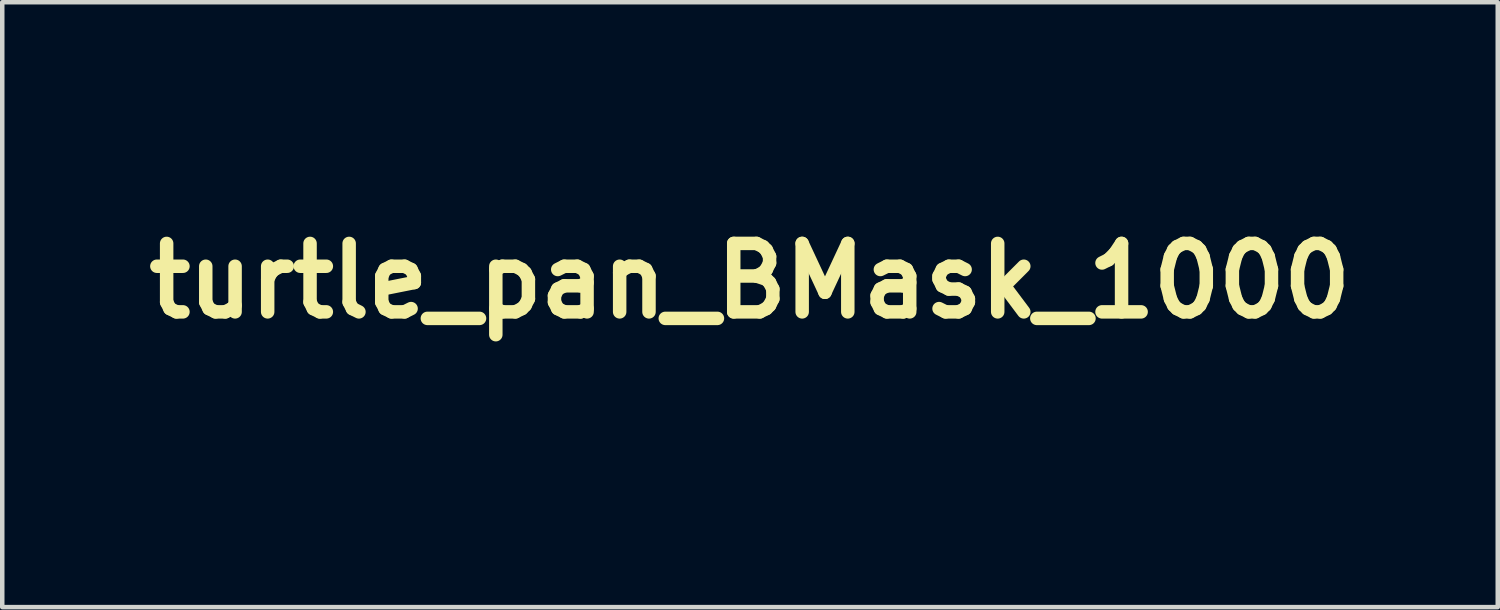
<source format=kicad_pcb>
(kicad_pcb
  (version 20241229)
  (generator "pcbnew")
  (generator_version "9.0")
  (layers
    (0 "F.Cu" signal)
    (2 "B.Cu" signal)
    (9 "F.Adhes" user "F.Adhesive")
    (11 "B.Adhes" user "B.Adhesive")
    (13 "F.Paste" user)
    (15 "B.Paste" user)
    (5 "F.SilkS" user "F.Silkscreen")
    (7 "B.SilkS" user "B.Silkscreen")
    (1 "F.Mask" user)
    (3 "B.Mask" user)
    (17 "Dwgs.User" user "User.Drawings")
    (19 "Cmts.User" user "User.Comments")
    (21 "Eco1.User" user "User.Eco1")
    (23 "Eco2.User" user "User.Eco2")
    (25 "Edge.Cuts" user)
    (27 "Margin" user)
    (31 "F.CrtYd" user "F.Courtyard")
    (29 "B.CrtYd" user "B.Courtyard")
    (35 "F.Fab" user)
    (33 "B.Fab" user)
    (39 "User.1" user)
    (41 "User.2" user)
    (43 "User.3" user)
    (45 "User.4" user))
  (footprint "turtle_pan_BMask_1000"
    (layer "F.Cu")
    (at 13.651 3.205)
    (property "Reference" "turtle_pan_BMask_1000" (at 0 0 0) (layer "F.SilkS") (effects (font (size 1.524 1.524) (thickness 0.3))))
    (attr through_hole)
    (fp_poly (pts (xy -1.853 1.281) (xy -1.797 1.32) (xy -1.771 1.394) (xy -1.767 1.474) (xy -1.775 1.56) (xy -1.802 1.619) (xy -1.841 1.661) (xy -1.934 1.715) (xy -2.038 1.726) (xy -2.14 1.694) (xy -2.168 1.675) (xy -2.222 1.61) (xy -2.23 1.536) (xy -2.193 1.447) (xy -2.145 1.381) (xy -2.087 1.316) (xy -2.041 1.283) (xy -1.986 1.271) (xy -1.945 1.27) (xy -1.853 1.281)) (stroke (width 0.01) (type solid)) (fill yes) (layer "F.Mask"))
    (fp_poly (pts (xy -2.857 1.191) (xy -2.789 1.254) (xy -2.75 1.347) (xy -2.743 1.411) (xy -2.763 1.514) (xy -2.822 1.585) (xy -2.916 1.62) (xy -2.972 1.624) (xy -3.052 1.617) (xy -3.105 1.591) (xy -3.143 1.55) (xy -3.191 1.472) (xy -3.195 1.41) (xy -3.166 1.366) (xy -3.131 1.314) (xy -3.111 1.269) (xy -3.083 1.208) (xy -3.035 1.178) (xy -2.955 1.169) (xy -2.945 1.169) (xy -2.857 1.191)) (stroke (width 0.01) (type solid)) (fill yes) (layer "F.Mask"))
    (fp_poly (pts (xy 2.572 -0.125) (xy 2.64 -0.113) (xy 2.676 -0.088) (xy 2.677 -0.087) (xy 2.697 0.013) (xy 2.673 0.09) (xy 2.609 0.138) (xy 2.523 0.153) (xy 2.45 0.167) (xy 2.402 0.191) (xy 2.339 0.22) (xy 2.282 0.229) (xy 2.216 0.24) (xy 2.123 0.27) (xy 2.022 0.312) (xy 1.93 0.359) (xy 1.877 0.387) (xy 1.833 0.407) (xy 1.784 0.434) (xy 1.709 0.481) (xy 1.624 0.539) (xy 1.614 0.546) (xy 1.5 0.617) (xy 1.401 0.656) (xy 1.325 0.662) (xy 1.287 0.643) (xy 1.266 0.592) (xy 1.289 0.524) (xy 1.358 0.437) (xy 1.429 0.369) (xy 1.51 0.299) (xy 1.582 0.239) (xy 1.634 0.201) (xy 1.642 0.196) (xy 1.764 0.129) (xy 1.868 0.076) (xy 1.947 0.04) (xy 1.991 0.025) (xy 1.993 0.025) (xy 2.036 0.008) (xy 2.057 -0.013) (xy 2.103 -0.039) (xy 2.172 -0.051) (xy 2.181 -0.052) (xy 2.263 -0.063) (xy 2.335 -0.088) (xy 2.337 -0.089) (xy 2.404 -0.113) (xy 2.488 -0.125) (xy 2.572 -0.125)) (stroke (width 0.01) (type solid)) (fill yes) (layer "F.Mask"))
    (fp_poly (pts (xy 3.447 0.929) (xy 3.513 0.968) (xy 3.56 1.031) (xy 3.57 1.061) (xy 3.594 1.137) (xy 3.621 1.198) (xy 3.643 1.265) (xy 3.656 1.353) (xy 3.658 1.388) (xy 3.666 1.479) (xy 3.686 1.56) (xy 3.695 1.583) (xy 3.718 1.647) (xy 3.738 1.739) (xy 3.749 1.818) (xy 3.76 1.901) (xy 3.77 1.96) (xy 3.777 1.981) (xy 3.826 1.961) (xy 3.897 1.9) (xy 3.991 1.797) (xy 4.039 1.74) (xy 4.142 1.625) (xy 4.229 1.552) (xy 4.296 1.524) (xy 4.343 1.54) (xy 4.369 1.6) (xy 4.374 1.66) (xy 4.353 1.761) (xy 4.295 1.873) (xy 4.209 1.988) (xy 4.104 2.094) (xy 3.988 2.18) (xy 3.932 2.212) (xy 3.85 2.252) (xy 3.775 2.29) (xy 3.755 2.301) (xy 3.665 2.333) (xy 3.593 2.321) (xy 3.532 2.262) (xy 3.532 2.262) (xy 3.504 2.212) (xy 3.485 2.145) (xy 3.472 2.05) (xy 3.463 1.938) (xy 3.454 1.826) (xy 3.441 1.728) (xy 3.427 1.659) (xy 3.42 1.638) (xy 3.404 1.588) (xy 3.388 1.505) (xy 3.376 1.41) (xy 3.363 1.307) (xy 3.345 1.213) (xy 3.327 1.154) (xy 3.307 1.067) (xy 3.319 0.99) (xy 3.358 0.937) (xy 3.38 0.927) (xy 3.447 0.929)) (stroke (width 0.01) (type solid)) (fill yes) (layer "F.Mask"))
    (fp_poly (pts (xy -0.162 -0.583) (xy -0.082 -0.572) (xy -0.03 -0.551) (xy -0.025 -0.546) (xy 0.015 -0.514) (xy 0.035 -0.507) (xy 0.084 -0.493) (xy 0.164 -0.456) (xy 0.263 -0.403) (xy 0.372 -0.338) (xy 0.444 -0.292) (xy 0.567 -0.2) (xy 0.701 -0.083) (xy 0.836 0.049) (xy 0.962 0.184) (xy 1.069 0.314) (xy 1.147 0.427) (xy 1.16 0.451) (xy 1.195 0.54) (xy 1.215 0.642) (xy 1.22 0.74) (xy 1.209 0.82) (xy 1.189 0.859) (xy 1.128 0.888) (xy 1.057 0.873) (xy 0.986 0.817) (xy 0.98 0.811) (xy 0.937 0.747) (xy 0.915 0.687) (xy 0.913 0.678) (xy 0.897 0.62) (xy 0.858 0.558) (xy 0.856 0.556) (xy 0.813 0.505) (xy 0.749 0.43) (xy 0.678 0.346) (xy 0.665 0.331) (xy 0.577 0.234) (xy 0.477 0.135) (xy 0.386 0.055) (xy 0.314 -0.004) (xy 0.258 -0.05) (xy 0.23 -0.075) (xy 0.229 -0.076) (xy 0.201 -0.096) (xy 0.143 -0.132) (xy 0.089 -0.164) (xy 0.018 -0.207) (xy -0.034 -0.241) (xy -0.051 -0.256) (xy -0.083 -0.276) (xy -0.136 -0.293) (xy -0.225 -0.324) (xy -0.312 -0.368) (xy -0.383 -0.415) (xy -0.424 -0.459) (xy -0.428 -0.47) (xy -0.417 -0.522) (xy -0.392 -0.551) (xy -0.335 -0.573) (xy -0.252 -0.583) (xy -0.162 -0.583)) (stroke (width 0.01) (type solid)) (fill yes) (layer "F.Mask"))
    (fp_poly (pts (xy 0.464 -3.198) (xy 0.585 -3.188) (xy 0.683 -3.171) (xy 0.711 -3.162) (xy 0.799 -3.141) (xy 0.907 -3.127) (xy 0.975 -3.124) (xy 1.074 -3.118) (xy 1.152 -3.103) (xy 1.182 -3.09) (xy 1.24 -3.062) (xy 1.318 -3.04) (xy 1.332 -3.037) (xy 1.411 -3.016) (xy 1.476 -2.987) (xy 1.484 -2.982) (xy 1.542 -2.954) (xy 1.579 -2.946) (xy 1.625 -2.934) (xy 1.693 -2.904) (xy 1.763 -2.866) (xy 1.816 -2.831) (xy 1.829 -2.818) (xy 1.858 -2.795) (xy 1.907 -2.766) (xy 2.002 -2.71) (xy 2.106 -2.641) (xy 2.204 -2.569) (xy 2.282 -2.506) (xy 2.309 -2.479) (xy 2.341 -2.448) (xy 2.375 -2.429) (xy 2.424 -2.418) (xy 2.499 -2.414) (xy 2.612 -2.413) (xy 2.616 -2.413) (xy 2.75 -2.41) (xy 2.842 -2.4) (xy 2.898 -2.383) (xy 2.91 -2.376) (xy 2.974 -2.346) (xy 3.027 -2.338) (xy 3.084 -2.328) (xy 3.112 -2.311) (xy 3.144 -2.283) (xy 3.201 -2.25) (xy 3.208 -2.247) (xy 3.287 -2.208) (xy 3.373 -2.164) (xy 3.383 -2.158) (xy 3.449 -2.114) (xy 3.535 -2.043) (xy 3.635 -1.953) (xy 3.737 -1.853) (xy 3.834 -1.752) (xy 3.916 -1.659) (xy 3.976 -1.584) (xy 3.999 -1.543) (xy 4.03 -1.481) (xy 4.056 -1.441) (xy 4.061 -1.437) (xy 4.08 -1.405) (xy 4.098 -1.344) (xy 4.1 -1.335) (xy 4.123 -1.25) (xy 4.154 -1.176) (xy 4.176 -1.099) (xy 4.189 -0.977) (xy 4.191 -0.886) (xy 4.191 -0.667) (xy 4.312 -0.57) (xy 4.388 -0.506) (xy 4.456 -0.442) (xy 4.489 -0.408) (xy 4.539 -0.351) (xy 4.581 -0.305) (xy 4.619 -0.247) (xy 4.633 -0.216) (xy 4.659 -0.166) (xy 4.706 -0.101) (xy 4.725 -0.079) (xy 4.771 -0.017) (xy 4.798 0.037) (xy 4.801 0.051) (xy 4.819 0.105) (xy 4.835 0.124) (xy 4.858 0.164) (xy 4.877 0.236) (xy 4.886 0.289) (xy 4.904 0.389) (xy 4.93 0.488) (xy 4.943 0.523) (xy 4.971 0.628) (xy 4.969 0.752) (xy 4.968 0.755) (xy 4.961 0.833) (xy 4.965 0.873) (xy 4.983 0.888) (xy 5.001 0.889) (xy 5.047 0.875) (xy 5.061 0.857) (xy 5.087 0.841) (xy 5.154 0.829) (xy 5.267 0.82) (xy 5.353 0.817) (xy 5.499 0.815) (xy 5.613 0.824) (xy 5.711 0.848) (xy 5.81 0.891) (xy 5.926 0.959) (xy 5.984 0.995) (xy 6.065 1.058) (xy 6.147 1.138) (xy 6.22 1.223) (xy 6.273 1.302) (xy 6.298 1.364) (xy 6.299 1.374) (xy 6.317 1.425) (xy 6.337 1.448) (xy 6.369 1.498) (xy 6.376 1.533) (xy 6.388 1.593) (xy 6.418 1.662) (xy 6.419 1.664) (xy 6.445 1.736) (xy 6.46 1.837) (xy 6.466 1.951) (xy 6.462 2.063) (xy 6.449 2.159) (xy 6.425 2.222) (xy 6.42 2.228) (xy 6.385 2.292) (xy 6.375 2.342) (xy 6.361 2.404) (xy 6.337 2.438) (xy 6.305 2.482) (xy 6.299 2.505) (xy 6.281 2.547) (xy 6.248 2.584) (xy 6.21 2.624) (xy 6.198 2.648) (xy 6.178 2.689) (xy 6.127 2.748) (xy 6.055 2.818) (xy 5.972 2.889) (xy 5.889 2.953) (xy 5.816 3) (xy 5.764 3.022) (xy 5.758 3.023) (xy 5.717 3.034) (xy 5.654 3.062) (xy 5.632 3.073) (xy 5.588 3.094) (xy 5.538 3.108) (xy 5.472 3.117) (xy 5.38 3.122) (xy 5.253 3.123) (xy 5.175 3.123) (xy 5.024 3.122) (xy 4.914 3.118) (xy 4.833 3.11) (xy 4.773 3.097) (xy 4.723 3.079) (xy 4.712 3.073) (xy 4.645 3.043) (xy 4.596 3.025) (xy 4.586 3.023) (xy 4.534 3.008) (xy 4.459 2.972) (xy 4.38 2.925) (xy 4.313 2.877) (xy 4.292 2.857) (xy 4.219 2.804) (xy 4.145 2.802) (xy 4.07 2.851) (xy 4.063 2.859) (xy 4.004 2.911) (xy 3.916 2.978) (xy 3.814 3.05) (xy 3.712 3.116) (xy 3.625 3.167) (xy 3.581 3.188) (xy 3.535 3.209) (xy 3.468 3.243) (xy 3.449 3.252) (xy 3.378 3.284) (xy 3.317 3.301) (xy 3.306 3.302) (xy 3.249 3.321) (xy 3.226 3.34) (xy 3.177 3.37) (xy 3.127 3.379) (xy 3.062 3.391) (xy 2.982 3.419) (xy 2.959 3.429) (xy 2.868 3.461) (xy 2.774 3.479) (xy 2.756 3.48) (xy 2.677 3.49) (xy 2.613 3.513) (xy 2.605 3.519) (xy 2.545 3.542) (xy 2.441 3.554) (xy 2.358 3.556) (xy 2.234 3.562) (xy 2.118 3.578) (xy 2.043 3.596) (xy 1.951 3.618) (xy 1.831 3.629) (xy 1.673 3.63) (xy 1.662 3.629) (xy 1.398 3.623) (xy 1.31 3.739) (xy 1.241 3.821) (xy 1.159 3.905) (xy 1.074 3.982) (xy 0.997 4.044) (xy 0.937 4.082) (xy 0.912 4.089) (xy 0.86 4.108) (xy 0.841 4.124) (xy 0.8 4.148) (xy 0.729 4.169) (xy 0.694 4.175) (xy 0.616 4.191) (xy 0.555 4.212) (xy 0.54 4.221) (xy 0.497 4.237) (xy 0.418 4.248) (xy 0.316 4.256) (xy 0.208 4.259) (xy 0.107 4.257) (xy 0.029 4.249) (xy 0.013 4.245) (xy -0.063 4.22) (xy -0.119 4.195) (xy -0.184 4.174) (xy -0.262 4.166) (xy -0.262 4.166) (xy -0.331 4.155) (xy -0.379 4.13) (xy -0.381 4.128) (xy -0.428 4.095) (xy -0.455 4.089) (xy -0.51 4.07) (xy -0.584 4.02) (xy -0.669 3.948) (xy -0.754 3.864) (xy -0.829 3.777) (xy -0.886 3.699) (xy -0.913 3.638) (xy -0.914 3.627) (xy -0.924 3.586) (xy -0.949 3.518) (xy -0.97 3.467) (xy -1.005 3.393) (xy -1.035 3.355) (xy -1.076 3.34) (xy -1.129 3.337) (xy -1.218 3.33) (xy -1.3 3.318) (xy -1.308 3.317) (xy -1.377 3.301) (xy -0.671 3.301) (xy -0.657 3.384) (xy -0.647 3.422) (xy -0.588 3.574) (xy -0.5 3.699) (xy -0.39 3.785) (xy -0.382 3.79) (xy -0.319 3.825) (xy -0.274 3.856) (xy -0.271 3.859) (xy -0.229 3.878) (xy -0.162 3.887) (xy -0.154 3.887) (xy -0.072 3.898) (xy -0.001 3.924) (xy 0 3.924) (xy 0.075 3.948) (xy 0.179 3.959) (xy 0.295 3.958) (xy 0.403 3.943) (xy 0.466 3.924) (xy 0.544 3.899) (xy 0.615 3.886) (xy 0.623 3.886) (xy 0.682 3.869) (xy 0.762 3.824) (xy 0.851 3.759) (xy 0.939 3.684) (xy 1.016 3.607) (xy 1.07 3.538) (xy 1.092 3.486) (xy 1.092 3.484) (xy 1.102 3.448) (xy 1.127 3.385) (xy 1.142 3.349) (xy 1.186 3.197) (xy 1.181 3.046) (xy 1.143 2.934) (xy 1.112 2.858) (xy 1.094 2.791) (xy 1.093 2.776) (xy 1.075 2.735) (xy 1.03 2.672) (xy 0.966 2.598) (xy 0.896 2.525) (xy 0.828 2.463) (xy 0.774 2.422) (xy 0.749 2.413) (xy 0.708 2.395) (xy 0.686 2.375) (xy 0.643 2.354) (xy 0.564 2.341) (xy 0.465 2.336) (xy 0.361 2.339) (xy 0.265 2.35) (xy 0.193 2.368) (xy 0.178 2.375) (xy 0.111 2.403) (xy 0.061 2.412) (xy 0.004 2.431) (xy -0.038 2.464) (xy -0.08 2.502) (xy -0.108 2.515) (xy -0.146 2.532) (xy -0.209 2.577) (xy -0.288 2.643) (xy -0.373 2.72) (xy -0.454 2.799) (xy -0.523 2.872) (xy -0.567 2.93) (xy -0.6 2.996) (xy -0.634 3.087) (xy -0.649 3.139) (xy -0.669 3.228) (xy -0.671 3.301) (xy -1.377 3.301) (xy -1.384 3.3) (xy -1.441 3.287) (xy -1.494 3.257) (xy -1.532 3.209) (xy -1.563 3.167) (xy -1.585 3.171) (xy -1.622 3.193) (xy -1.672 3.2) (xy -1.739 3.212) (xy -1.818 3.242) (xy -1.835 3.251) (xy -1.876 3.27) (xy -1.921 3.284) (xy -1.98 3.293) (xy -2.062 3.298) (xy -2.175 3.301) (xy -2.329 3.301) (xy -2.356 3.301) (xy -2.518 3.3) (xy -2.639 3.297) (xy -2.728 3.291) (xy -2.792 3.282) (xy -2.842 3.268) (xy -2.883 3.251) (xy -2.955 3.221) (xy -3.013 3.203) (xy -3.026 3.201) (xy -3.076 3.182) (xy -3.099 3.162) (xy -3.14 3.13) (xy -3.162 3.124) (xy -3.198 3.11) (xy -3.258 3.072) (xy -3.31 3.035) (xy -3.377 2.987) (xy -3.429 2.955) (xy -3.45 2.946) (xy -3.482 2.929) (xy -3.537 2.882) (xy -3.606 2.816) (xy -3.677 2.742) (xy -3.743 2.668) (xy -3.792 2.606) (xy -3.815 2.569) (xy -3.842 2.502) (xy -3.871 2.571) (xy -3.907 2.633) (xy -3.956 2.697) (xy -4.006 2.747) (xy -4.044 2.769) (xy -4.045 2.769) (xy -4.08 2.783) (xy -4.131 2.818) (xy -4.133 2.819) (xy -4.192 2.855) (xy -4.242 2.87) (xy -4.296 2.889) (xy -4.315 2.905) (xy -4.364 2.932) (xy -4.452 2.953) (xy -4.569 2.967) (xy -4.704 2.974) (xy -4.845 2.974) (xy -4.982 2.967) (xy -5.104 2.954) (xy -5.2 2.933) (xy -5.259 2.906) (xy -5.259 2.905) (xy -5.313 2.875) (xy -5.378 2.855) (xy -5.438 2.834) (xy -5.471 2.804) (xy -5.471 2.804) (xy -5.505 2.774) (xy -5.532 2.769) (xy -5.576 2.751) (xy -5.643 2.705) (xy -5.721 2.639) (xy -5.801 2.564) (xy -5.871 2.489) (xy -5.922 2.424) (xy -5.932 2.406) (xy -5.986 2.262) (xy -6.019 2.091) (xy -6.025 1.941) (xy -5.726 1.941) (xy -5.725 2.061) (xy -5.72 2.144) (xy -5.709 2.202) (xy -5.689 2.248) (xy -5.664 2.289) (xy -5.601 2.36) (xy -5.511 2.439) (xy -5.411 2.511) (xy -5.318 2.564) (xy -5.281 2.579) (xy -5.219 2.608) (xy -5.187 2.632) (xy -5.146 2.648) (xy -5.066 2.66) (xy -4.96 2.667) (xy -4.839 2.67) (xy -4.715 2.669) (xy -4.599 2.663) (xy -4.503 2.653) (xy -4.438 2.64) (xy -4.42 2.629) (xy -4.378 2.597) (xy -4.357 2.591) (xy -4.321 2.576) (xy -4.26 2.539) (xy -4.207 2.5) (xy -4.125 2.447) (xy -4.042 2.408) (xy -4 2.395) (xy -3.938 2.381) (xy -3.916 2.358) (xy -3.928 2.312) (xy -3.95 2.27) (xy -3.97 2.2) (xy -3.983 2.097) (xy -3.988 1.976) (xy -3.987 1.944) (xy -3.708 1.944) (xy -3.702 2.109) (xy -3.678 2.241) (xy -3.631 2.357) (xy -3.555 2.476) (xy -3.515 2.528) (xy -3.431 2.616) (xy -3.316 2.709) (xy -3.182 2.8) (xy -3.039 2.884) (xy -2.9 2.954) (xy -2.774 3.003) (xy -2.673 3.025) (xy -2.663 3.026) (xy -2.573 3.032) (xy -2.491 3.045) (xy -2.477 3.049) (xy -2.405 3.06) (xy -2.349 3.057) (xy -2.3 3.05) (xy -2.217 3.041) (xy -2.117 3.032) (xy -2.108 3.031) (xy -1.997 3.016) (xy -1.901 2.995) (xy -1.329 2.995) (xy -1.268 3.046) (xy -1.191 3.086) (xy -1.101 3.1) (xy -1.017 3.087) (xy -0.957 3.047) (xy -0.954 3.042) (xy -0.923 2.979) (xy -0.914 2.931) (xy -0.899 2.873) (xy -0.879 2.847) (xy -0.844 2.799) (xy -0.828 2.758) (xy -0.805 2.719) (xy -0.755 2.659) (xy -0.689 2.588) (xy -0.615 2.515) (xy -0.545 2.451) (xy -0.488 2.405) (xy -0.454 2.388) (xy -0.432 2.375) (xy -0.442 2.349) (xy -0.479 2.325) (xy -0.48 2.325) (xy -0.522 2.299) (xy -0.584 2.248) (xy -0.651 2.183) (xy -0.717 2.12) (xy -0.772 2.075) (xy -0.806 2.057) (xy -0.806 2.057) (xy -0.836 2.041) (xy -0.838 2.03) (xy -0.854 2.015) (xy -0.864 2.019) (xy -0.876 2.051) (xy -0.885 2.119) (xy -0.889 2.208) (xy -0.889 2.209) (xy -0.893 2.312) (xy -0.908 2.393) (xy -0.94 2.478) (xy -0.979 2.557) (xy -1.026 2.644) (xy -1.068 2.714) (xy -1.097 2.754) (xy -1.099 2.757) (xy -1.133 2.79) (xy -1.188 2.845) (xy -1.23 2.889) (xy -1.329 2.995) (xy -1.901 2.995) (xy -1.894 2.994) (xy -1.823 2.968) (xy -1.754 2.938) (xy -1.699 2.922) (xy -1.689 2.921) (xy -1.654 2.903) (xy -1.595 2.857) (xy -1.521 2.791) (xy -1.443 2.715) (xy -1.37 2.638) (xy -1.311 2.571) (xy -1.276 2.521) (xy -1.27 2.505) (xy -1.253 2.458) (xy -1.23 2.427) (xy -1.203 2.374) (xy -1.183 2.281) (xy -1.171 2.162) (xy -1.165 2.027) (xy -1.166 1.887) (xy -1.175 1.755) (xy -1.19 1.641) (xy -1.212 1.558) (xy -1.231 1.525) (xy -1.263 1.471) (xy -1.27 1.437) (xy -1.287 1.405) (xy -1.334 1.344) (xy -1.406 1.262) (xy -1.494 1.167) (xy -1.545 1.116) (xy -1.819 0.838) (xy -1.946 0.838) (xy -2.035 0.831) (xy -2.105 0.811) (xy -2.122 0.801) (xy -2.17 0.784) (xy -2.255 0.771) (xy -2.364 0.763) (xy -2.487 0.76) (xy -2.612 0.761) (xy -2.727 0.766) (xy -2.821 0.776) (xy -2.881 0.791) (xy -2.896 0.8) (xy -2.944 0.83) (xy -2.992 0.838) (xy -3.026 0.84) (xy -3.058 0.85) (xy -3.095 0.875) (xy -3.147 0.921) (xy -3.223 0.993) (xy -3.264 1.033) (xy -3.372 1.143) (xy -3.451 1.231) (xy -3.509 1.31) (xy -3.555 1.391) (xy -3.577 1.435) (xy -3.618 1.521) (xy -3.656 1.599) (xy -3.672 1.63) (xy -3.694 1.702) (xy -3.706 1.822) (xy -3.708 1.944) (xy -3.987 1.944) (xy -3.985 1.853) (xy -3.973 1.745) (xy -3.954 1.669) (xy -3.926 1.587) (xy -3.903 1.495) (xy -3.901 1.486) (xy -3.879 1.409) (xy -3.85 1.35) (xy -3.843 1.341) (xy -3.82 1.293) (xy -3.835 1.258) (xy -3.881 1.251) (xy -3.885 1.252) (xy -3.94 1.249) (xy -3.99 1.229) (xy -4.059 1.205) (xy -4.14 1.195) (xy -4.141 1.195) (xy -4.22 1.182) (xy -4.287 1.154) (xy -4.288 1.153) (xy -4.345 1.133) (xy -4.439 1.118) (xy -4.557 1.109) (xy -4.687 1.107) (xy -4.815 1.11) (xy -4.929 1.119) (xy -5.016 1.135) (xy -5.056 1.151) (xy -5.126 1.183) (xy -5.186 1.194) (xy -5.244 1.205) (xy -5.276 1.226) (xy -5.308 1.259) (xy -5.366 1.304) (xy -5.392 1.321) (xy -5.457 1.374) (xy -5.534 1.451) (xy -5.606 1.534) (xy -5.725 1.684) (xy -5.726 1.941) (xy -6.025 1.941) (xy -6.027 1.912) (xy -6.016 1.794) (xy -6 1.699) (xy -5.983 1.62) (xy -5.968 1.576) (xy -5.968 1.575) (xy -5.943 1.53) (xy -5.908 1.461) (xy -5.892 1.43) (xy -5.854 1.37) (xy -5.793 1.293) (xy -5.719 1.209) (xy -5.642 1.127) (xy -5.569 1.058) (xy -5.51 1.009) (xy -5.473 0.991) (xy -5.432 0.973) (xy -5.41 0.953) (xy -5.362 0.924) (xy -5.309 0.914) (xy -5.245 0.902) (xy -5.208 0.877) (xy -5.163 0.848) (xy -5.094 0.827) (xy -5.084 0.825) (xy -5.005 0.812) (xy -4.905 0.793) (xy -4.845 0.781) (xy -4.699 0.752) (xy -4.699 0.751) (xy -4.411 0.751) (xy -4.406 0.791) (xy -4.394 0.808) (xy -4.371 0.813) (xy -4.361 0.813) (xy -4.303 0.825) (xy -4.229 0.854) (xy -4.21 0.864) (xy -4.141 0.896) (xy -4.085 0.913) (xy -4.074 0.914) (xy -4.025 0.926) (xy -3.96 0.953) (xy -3.954 0.956) (xy -3.888 0.99) (xy -3.838 1.015) (xy -3.835 1.016) (xy -3.804 1.053) (xy -3.789 1.101) (xy -3.778 1.152) (xy -3.757 1.162) (xy -3.724 1.13) (xy -3.673 1.056) (xy -3.609 0.966) (xy -3.534 0.876) (xy -3.509 0.85) (xy -3.427 0.776) (xy -3.332 0.702) (xy -3.235 0.637) (xy -3.147 0.587) (xy -3.081 0.561) (xy -3.065 0.559) (xy -2.998 0.544) (xy -2.958 0.524) (xy -2.918 0.509) (xy -2.84 0.496) (xy -2.722 0.485) (xy -2.558 0.475) (xy -2.439 0.47) (xy -2.272 0.463) (xy -2.15 0.456) (xy -2.063 0.449) (xy -2.005 0.441) (xy -1.968 0.429) (xy -1.945 0.415) (xy -1.931 0.397) (xy -1.896 0.34) (xy -1.88 0.302) (xy -1.852 0.252) (xy -1.793 0.175) (xy -1.709 0.076) (xy -1.606 -0.038) (xy -1.49 -0.159) (xy -1.368 -0.282) (xy -1.246 -0.4) (xy -1.13 -0.506) (xy -1.109 -0.524) (xy -1.049 -0.58) (xy -1.013 -0.623) (xy -1.008 -0.642) (xy -1.044 -0.65) (xy -1.111 -0.654) (xy -1.135 -0.654) (xy -1.224 -0.665) (xy -1.283 -0.695) (xy -1.331 -0.728) (xy -1.362 -0.737) (xy -1.411 -0.749) (xy -1.455 -0.772) (xy -1.511 -0.794) (xy -1.596 -0.814) (xy -1.662 -0.823) (xy -1.75 -0.837) (xy -1.82 -0.856) (xy -1.85 -0.871) (xy -1.888 -0.884) (xy -1.969 -0.894) (xy -2.095 -0.902) (xy -2.268 -0.908) (xy -2.376 -0.91) (xy -2.552 -0.912) (xy -2.685 -0.912) (xy -2.783 -0.91) (xy -2.853 -0.903) (xy -2.902 -0.894) (xy -2.939 -0.88) (xy -2.945 -0.877) (xy -3.012 -0.853) (xy -3.108 -0.833) (xy -3.195 -0.821) (xy -3.292 -0.809) (xy -3.375 -0.79) (xy -3.422 -0.772) (xy -3.484 -0.744) (xy -3.526 -0.737) (xy -3.579 -0.721) (xy -3.632 -0.686) (xy -3.684 -0.649) (xy -3.723 -0.635) (xy -3.759 -0.617) (xy -3.818 -0.569) (xy -3.891 -0.501) (xy -3.968 -0.422) (xy -4.042 -0.342) (xy -4.101 -0.269) (xy -4.139 -0.214) (xy -4.145 -0.201) (xy -4.169 -0.149) (xy -4.191 -0.127) (xy -4.191 -0.127) (xy -4.211 -0.105) (xy -4.229 -0.053) (xy -4.229 -0.053) (xy -4.252 0.012) (xy -4.282 0.052) (xy -4.309 0.099) (xy -4.318 0.15) (xy -4.331 0.222) (xy -4.352 0.267) (xy -4.37 0.316) (xy -4.386 0.402) (xy -4.399 0.513) (xy -4.402 0.565) (xy -4.409 0.679) (xy -4.411 0.751) (xy -4.699 0.751) (xy -4.698 0.56) (xy -4.694 0.425) (xy -4.678 0.303) (xy -4.648 0.182) (xy -4.601 0.048) (xy -4.532 -0.111) (xy -4.501 -0.178) (xy -4.441 -0.292) (xy -4.371 -0.41) (xy -4.305 -0.507) (xy -4.303 -0.509) (xy -4.234 -0.592) (xy -4.155 -0.675) (xy -4.075 -0.749) (xy -4.004 -0.806) (xy -3.953 -0.836) (xy -3.94 -0.838) (xy -3.905 -0.857) (xy -3.894 -0.871) (xy -3.854 -0.908) (xy -3.784 -0.95) (xy -3.704 -0.987) (xy -3.631 -1.012) (xy -3.6 -1.017) (xy -3.535 -1.03) (xy -3.48 -1.054) (xy -3.411 -1.079) (xy -3.327 -1.091) (xy -3.32 -1.091) (xy -3.229 -1.111) (xy -3.202 -1.129) (xy -2.89 -1.129) (xy -2.89 -1.129) (xy -2.859 -1.128) (xy -2.798 -1.141) (xy -2.757 -1.154) (xy -2.68 -1.171) (xy -2.566 -1.183) (xy -2.428 -1.192) (xy -2.278 -1.196) (xy -2.126 -1.195) (xy -1.983 -1.191) (xy -1.862 -1.181) (xy -1.774 -1.168) (xy -1.744 -1.158) (xy -1.67 -1.134) (xy -1.575 -1.116) (xy -1.53 -1.111) (xy -1.443 -1.096) (xy -1.373 -1.072) (xy -1.35 -1.058) (xy -1.296 -1.025) (xy -1.259 -1.016) (xy -1.205 -0.996) (xy -1.139 -0.946) (xy -1.072 -0.878) (xy -1.019 -0.806) (xy -0.992 -0.744) (xy -0.991 -0.732) (xy -0.981 -0.674) (xy -0.951 -0.664) (xy -0.908 -0.696) (xy -0.842 -0.737) (xy -0.752 -0.763) (xy -0.663 -0.77) (xy -0.62 -0.761) (xy -0.572 -0.727) (xy -0.559 -0.664) (xy -0.559 -0.663) (xy -0.566 -0.618) (xy -0.592 -0.578) (xy -0.649 -0.531) (xy -0.705 -0.493) (xy -0.816 -0.41) (xy -0.956 -0.291) (xy -1.121 -0.139) (xy -1.31 0.044) (xy -1.518 0.255) (xy -1.607 0.348) (xy -1.779 0.528) (xy -1.701 0.588) (xy -1.552 0.707) (xy -1.411 0.83) (xy -1.287 0.949) (xy -1.188 1.055) (xy -1.129 1.131) (xy -1.078 1.204) (xy -1.036 1.26) (xy -1.014 1.284) (xy -0.995 1.318) (xy -0.991 1.357) (xy -0.975 1.418) (xy -0.953 1.448) (xy -0.92 1.488) (xy -0.914 1.508) (xy -0.901 1.554) (xy -0.892 1.571) (xy -0.87 1.582) (xy -0.832 1.562) (xy -0.77 1.508) (xy -0.759 1.498) (xy -0.678 1.426) (xy -0.579 1.344) (xy -0.495 1.28) (xy -0.415 1.221) (xy -0.348 1.17) (xy -0.306 1.137) (xy -0.305 1.136) (xy -0.262 1.107) (xy -0.191 1.066) (xy -0.127 1.032) (xy -0.037 0.985) (xy 0.047 0.938) (xy 0.089 0.913) (xy 0.161 0.871) (xy 0.228 0.839) (xy 0.229 0.839) (xy 0.299 0.808) (xy 0.364 0.775) (xy 0.428 0.748) (xy 0.479 0.737) (xy 0.532 0.723) (xy 0.579 0.697) (xy 0.655 0.665) (xy 0.722 0.674) (xy 0.769 0.716) (xy 0.783 0.783) (xy 0.774 0.828) (xy 0.728 0.897) (xy 0.645 0.962) (xy 0.559 1.005) (xy 0.493 1.035) (xy 0.403 1.079) (xy 0.306 1.129) (xy 0.223 1.175) (xy 0.191 1.194) (xy 0.125 1.232) (xy 0.037 1.279) (xy -0.025 1.312) (xy -0.119 1.366) (xy -0.227 1.437) (xy -0.321 1.505) (xy -0.397 1.562) (xy -0.458 1.605) (xy -0.492 1.625) (xy -0.495 1.626) (xy -0.531 1.644) (xy -0.577 1.687) (xy -0.617 1.736) (xy -0.635 1.774) (xy -0.618 1.808) (xy -0.573 1.864) (xy -0.52 1.919) (xy -0.422 2.031) (xy -0.371 2.128) (xy -0.369 2.21) (xy -0.369 2.213) (xy -0.377 2.267) (xy -0.352 2.284) (xy -0.295 2.264) (xy -0.222 2.221) (xy -0.141 2.174) (xy -0.067 2.142) (xy -0.026 2.133) (xy 0.045 2.117) (xy 0.087 2.095) (xy 0.144 2.072) (xy 0.241 2.06) (xy 0.343 2.057) (xy 0.474 2.062) (xy 0.561 2.077) (xy 0.598 2.095) (xy 0.653 2.117) (xy 0.733 2.131) (xy 0.769 2.133) (xy 0.852 2.14) (xy 0.928 2.167) (xy 1.016 2.222) (xy 1.023 2.226) (xy 1.136 2.31) (xy 1.223 2.384) (xy 1.278 2.444) (xy 1.295 2.48) (xy 1.313 2.519) (xy 1.333 2.539) (xy 1.363 2.585) (xy 1.386 2.653) (xy 1.386 2.657) (xy 1.402 2.72) (xy 1.425 2.738) (xy 1.467 2.717) (xy 1.484 2.704) (xy 1.548 2.68) (xy 1.651 2.668) (xy 1.695 2.667) (xy 1.785 2.664) (xy 1.842 2.65) (xy 1.87 2.616) (xy 1.874 2.554) (xy 1.859 2.455) (xy 1.845 2.391) (xy 1.825 2.285) (xy 1.81 2.189) (xy 1.803 2.121) (xy 1.803 2.116) (xy 1.788 2.036) (xy 1.744 1.927) (xy 1.677 1.8) (xy 1.631 1.723) (xy 1.54 1.586) (xy 1.456 1.465) (xy 1.384 1.371) (xy 1.34 1.321) (xy 1.283 1.255) (xy 1.236 1.193) (xy 1.21 1.142) (xy 1.214 1.104) (xy 1.234 1.072) (xy 1.276 1.029) (xy 1.325 1.021) (xy 1.393 1.048) (xy 1.442 1.079) (xy 1.565 1.169) (xy 1.665 1.269) (xy 1.759 1.395) (xy 1.778 1.423) (xy 1.822 1.484) (xy 1.854 1.523) (xy 1.899 1.585) (xy 1.95 1.675) (xy 2.001 1.778) (xy 2.045 1.879) (xy 2.074 1.965) (xy 2.083 2.013) (xy 2.091 2.088) (xy 2.11 2.18) (xy 2.121 2.22) (xy 2.144 2.309) (xy 2.157 2.389) (xy 2.159 2.417) (xy 2.16 2.449) (xy 2.167 2.471) (xy 2.189 2.485) (xy 2.232 2.493) (xy 2.303 2.495) (xy 2.412 2.494) (xy 2.552 2.49) (xy 2.694 2.484) (xy 2.796 2.473) (xy 2.869 2.457) (xy 2.92 2.435) (xy 2.988 2.404) (xy 3.043 2.388) (xy 3.051 2.388) (xy 3.102 2.369) (xy 3.124 2.349) (xy 3.179 2.314) (xy 3.239 2.319) (xy 3.291 2.358) (xy 3.323 2.424) (xy 3.327 2.465) (xy 3.317 2.521) (xy 3.277 2.572) (xy 3.222 2.616) (xy 3.15 2.661) (xy 3.086 2.688) (xy 3.063 2.692) (xy 3.001 2.707) (xy 2.95 2.733) (xy 2.922 2.748) (xy 2.881 2.758) (xy 2.819 2.765) (xy 2.73 2.768) (xy 2.604 2.767) (xy 2.45 2.765) (xy 2.288 2.762) (xy 2.169 2.762) (xy 2.086 2.764) (xy 2.032 2.77) (xy 1.999 2.78) (xy 1.979 2.794) (xy 1.976 2.798) (xy 1.914 2.849) (xy 1.82 2.895) (xy 1.715 2.928) (xy 1.616 2.942) (xy 1.592 2.942) (xy 1.486 2.934) (xy 1.478 3.122) (xy 1.476 3.219) (xy 1.478 3.298) (xy 1.484 3.344) (xy 1.485 3.346) (xy 1.499 3.362) (xy 1.533 3.371) (xy 1.595 3.373) (xy 1.693 3.37) (xy 1.784 3.364) (xy 1.907 3.354) (xy 2.017 3.34) (xy 2.1 3.324) (xy 2.139 3.311) (xy 2.201 3.293) (xy 2.294 3.28) (xy 2.381 3.277) (xy 2.493 3.271) (xy 2.575 3.255) (xy 2.604 3.242) (xy 2.658 3.218) (xy 2.739 3.197) (xy 2.786 3.189) (xy 2.867 3.172) (xy 2.929 3.149) (xy 2.948 3.135) (xy 2.998 3.104) (xy 3.028 3.099) (xy 3.087 3.087) (xy 3.146 3.064) (xy 3.22 3.027) (xy 3.277 3.001) (xy 3.384 2.947) (xy 3.52 2.868) (xy 3.672 2.771) (xy 3.829 2.662) (xy 3.844 2.651) (xy 3.944 2.584) (xy 4.038 2.527) (xy 4.115 2.49) (xy 4.147 2.479) (xy 4.193 2.474) (xy 4.236 2.482) (xy 4.288 2.509) (xy 4.359 2.56) (xy 4.414 2.603) (xy 4.5 2.666) (xy 4.575 2.714) (xy 4.628 2.74) (xy 4.64 2.743) (xy 4.692 2.755) (xy 4.762 2.784) (xy 4.782 2.794) (xy 4.834 2.817) (xy 4.894 2.832) (xy 4.974 2.841) (xy 5.087 2.844) (xy 5.163 2.845) (xy 5.297 2.843) (xy 5.393 2.838) (xy 5.462 2.826) (xy 5.517 2.807) (xy 5.544 2.794) (xy 5.612 2.762) (xy 5.665 2.744) (xy 5.675 2.743) (xy 5.711 2.726) (xy 5.768 2.68) (xy 5.835 2.618) (xy 5.902 2.551) (xy 5.958 2.488) (xy 5.99 2.441) (xy 5.994 2.428) (xy 6.01 2.387) (xy 6.045 2.337) (xy 6.083 2.277) (xy 6.097 2.225) (xy 6.11 2.163) (xy 6.134 2.108) (xy 6.159 2.039) (xy 6.17 1.952) (xy 6.168 1.867) (xy 6.152 1.802) (xy 6.137 1.781) (xy 6.111 1.738) (xy 6.09 1.669) (xy 6.086 1.651) (xy 6.071 1.587) (xy 6.052 1.552) (xy 6.047 1.549) (xy 6.025 1.528) (xy 6.008 1.48) (xy 5.981 1.407) (xy 5.931 1.343) (xy 5.85 1.277) (xy 5.745 1.211) (xy 5.658 1.163) (xy 5.589 1.135) (xy 5.517 1.122) (xy 5.421 1.118) (xy 5.387 1.118) (xy 5.272 1.121) (xy 5.2 1.132) (xy 5.16 1.151) (xy 5.156 1.156) (xy 5.109 1.188) (xy 5.082 1.194) (xy 5.029 1.209) (xy 4.99 1.232) (xy 4.84 1.343) (xy 4.72 1.421) (xy 4.624 1.471) (xy 4.546 1.495) (xy 4.506 1.499) (xy 4.469 1.48) (xy 4.459 1.431) (xy 4.473 1.362) (xy 4.508 1.282) (xy 4.56 1.201) (xy 4.626 1.131) (xy 4.631 1.126) (xy 4.717 1.054) (xy 4.697 0.851) (xy 4.682 0.74) (xy 4.661 0.636) (xy 4.639 0.559) (xy 4.637 0.553) (xy 4.61 0.462) (xy 4.597 0.367) (xy 4.597 0.36) (xy 4.588 0.283) (xy 4.563 0.232) (xy 4.559 0.229) (xy 4.527 0.187) (xy 4.521 0.166) (xy 4.507 0.13) (xy 4.469 0.069) (xy 4.432 0.018) (xy 4.384 -0.049) (xy 4.352 -0.099) (xy 4.343 -0.119) (xy 4.328 -0.148) (xy 4.288 -0.202) (xy 4.24 -0.26) (xy 4.179 -0.327) (xy 4.133 -0.363) (xy 4.083 -0.378) (xy 4.018 -0.38) (xy 3.93 -0.372) (xy 3.854 -0.352) (xy 3.835 -0.343) (xy 3.764 -0.317) (xy 3.683 -0.305) (xy 3.602 -0.292) (xy 3.512 -0.263) (xy 3.493 -0.254) (xy 3.416 -0.223) (xy 3.348 -0.205) (xy 3.333 -0.204) (xy 3.271 -0.188) (xy 3.204 -0.15) (xy 3.149 -0.101) (xy 3.124 -0.056) (xy 3.124 -0.052) (xy 3.136 -0.004) (xy 3.164 0.062) (xy 3.171 0.077) (xy 3.207 0.171) (xy 3.23 0.282) (xy 3.238 0.391) (xy 3.227 0.478) (xy 3.221 0.496) (xy 3.177 0.549) (xy 3.119 0.555) (xy 3.054 0.517) (xy 3.013 0.472) (xy 2.971 0.402) (xy 2.948 0.337) (xy 2.946 0.322) (xy 2.932 0.262) (xy 2.91 0.23) (xy 2.878 0.184) (xy 2.857 0.127) (xy 2.834 0.063) (xy 2.805 0.024) (xy 2.774 -0.026) (xy 2.769 -0.056) (xy 2.747 -0.104) (xy 2.72 -0.119) (xy 2.672 -0.149) (xy 2.656 -0.174) (xy 2.628 -0.231) (xy 2.582 -0.31) (xy 2.529 -0.392) (xy 2.479 -0.462) (xy 2.45 -0.495) (xy 2.421 -0.528) (xy 2.372 -0.587) (xy 2.324 -0.648) (xy 2.256 -0.731) (xy 2.185 -0.808) (xy 2.122 -0.87) (xy 2.075 -0.908) (xy 2.059 -0.915) (xy 2.034 -0.931) (xy 1.983 -0.973) (xy 1.918 -1.03) (xy 1.826 -1.106) (xy 1.722 -1.181) (xy 1.658 -1.221) (xy 1.585 -1.266) (xy 1.531 -1.304) (xy 1.51 -1.322) (xy 1.475 -1.343) (xy 1.449 -1.346) (xy 1.394 -1.365) (xy 1.374 -1.382) (xy 1.328 -1.415) (xy 1.275 -1.434) (xy 1.191 -1.471) (xy 1.13 -1.528) (xy 1.098 -1.593) (xy 1.1 -1.657) (xy 1.142 -1.707) (xy 1.143 -1.708) (xy 1.164 -1.734) (xy 1.383 -1.734) (xy 1.402 -1.695) (xy 1.448 -1.659) (xy 1.511 -1.637) (xy 1.579 -1.616) (xy 1.626 -1.587) (xy 1.628 -1.585) (xy 1.667 -1.554) (xy 1.686 -1.549) (xy 1.725 -1.535) (xy 1.794 -1.496) (xy 1.883 -1.44) (xy 1.981 -1.373) (xy 2.079 -1.302) (xy 2.165 -1.234) (xy 2.184 -1.218) (xy 2.314 -1.102) (xy 2.442 -0.979) (xy 2.559 -0.857) (xy 2.659 -0.745) (xy 2.735 -0.649) (xy 2.78 -0.577) (xy 2.781 -0.574) (xy 2.814 -0.516) (xy 2.863 -0.449) (xy 2.916 -0.387) (xy 2.961 -0.344) (xy 2.985 -0.332) (xy 3.023 -0.346) (xy 3.059 -0.369) (xy 3.115 -0.399) (xy 3.151 -0.406) (xy 3.203 -0.425) (xy 3.226 -0.445) (xy 3.274 -0.474) (xy 3.325 -0.483) (xy 3.39 -0.495) (xy 3.469 -0.525) (xy 3.486 -0.533) (xy 3.59 -0.571) (xy 3.702 -0.585) (xy 3.793 -0.588) (xy 3.85 -0.606) (xy 3.882 -0.645) (xy 3.895 -0.717) (xy 3.897 -0.83) (xy 3.897 -0.831) (xy 3.889 -0.974) (xy 3.867 -1.074) (xy 3.853 -1.105) (xy 3.824 -1.163) (xy 3.81 -1.203) (xy 3.81 -1.205) (xy 3.791 -1.269) (xy 3.739 -1.357) (xy 3.662 -1.46) (xy 3.566 -1.57) (xy 3.46 -1.68) (xy 3.35 -1.782) (xy 3.244 -1.867) (xy 3.149 -1.929) (xy 3.143 -1.932) (xy 3.076 -1.969) (xy 3.032 -1.999) (xy 3.023 -2.011) (xy 3 -2.025) (xy 2.944 -2.04) (xy 2.922 -2.044) (xy 2.85 -2.064) (xy 2.799 -2.091) (xy 2.792 -2.097) (xy 2.748 -2.122) (xy 2.68 -2.134) (xy 2.67 -2.135) (xy 2.583 -2.145) (xy 2.49 -2.167) (xy 2.477 -2.172) (xy 2.412 -2.19) (xy 2.37 -2.192) (xy 2.363 -2.188) (xy 2.32 -2.151) (xy 2.249 -2.109) (xy 2.173 -2.075) (xy 2.111 -2.058) (xy 2.105 -2.057) (xy 2.044 -2.045) (xy 1.968 -2.016) (xy 1.949 -2.007) (xy 1.874 -1.974) (xy 1.807 -1.957) (xy 1.794 -1.956) (xy 1.733 -1.941) (xy 1.702 -1.918) (xy 1.654 -1.885) (xy 1.626 -1.88) (xy 1.577 -1.862) (xy 1.537 -1.829) (xy 1.487 -1.79) (xy 1.448 -1.778) (xy 1.397 -1.765) (xy 1.383 -1.734) (xy 1.164 -1.734) (xy 1.185 -1.761) (xy 1.194 -1.808) (xy 1.213 -1.866) (xy 1.263 -1.939) (xy 1.331 -2.016) (xy 1.408 -2.087) (xy 1.48 -2.138) (xy 1.537 -2.159) (xy 1.539 -2.159) (xy 1.579 -2.177) (xy 1.6 -2.197) (xy 1.648 -2.226) (xy 1.699 -2.235) (xy 1.76 -2.246) (xy 1.834 -2.274) (xy 1.901 -2.309) (xy 1.943 -2.343) (xy 1.948 -2.352) (xy 1.933 -2.378) (xy 1.884 -2.417) (xy 1.817 -2.459) (xy 1.746 -2.494) (xy 1.709 -2.522) (xy 1.702 -2.539) (xy 1.682 -2.563) (xy 1.667 -2.565) (xy 1.624 -2.58) (xy 1.569 -2.616) (xy 1.568 -2.616) (xy 1.507 -2.652) (xy 1.453 -2.667) (xy 1.395 -2.685) (xy 1.372 -2.705) (xy 1.325 -2.732) (xy 1.26 -2.743) (xy 1.182 -2.757) (xy 1.121 -2.784) (xy 1.059 -2.809) (xy 0.949 -2.831) (xy 0.792 -2.85) (xy 0.766 -2.853) (xy 0.486 -2.872) (xy 0.239 -2.875) (xy 0.029 -2.862) (xy -0.14 -2.833) (xy -0.265 -2.79) (xy -0.272 -2.786) (xy -0.333 -2.758) (xy -0.377 -2.743) (xy -0.38 -2.743) (xy -0.415 -2.729) (xy -0.472 -2.693) (xy -0.538 -2.645) (xy -0.601 -2.596) (xy -0.646 -2.555) (xy -0.66 -2.535) (xy -0.637 -2.526) (xy -0.573 -2.519) (xy -0.481 -2.515) (xy -0.412 -2.515) (xy -0.284 -2.512) (xy -0.193 -2.504) (xy -0.125 -2.488) (xy -0.07 -2.464) (xy 0.000344 -2.432) (xy 0.058 -2.414) (xy 0.069 -2.413) (xy 0.112 -2.401) (xy 0.194 -2.366) (xy 0.309 -2.312) (xy 0.451 -2.241) (xy 0.596 -2.165) (xy 0.644 -2.132) (xy 0.714 -2.075) (xy 0.792 -2.005) (xy 0.801 -1.996) (xy 0.877 -1.921) (xy 0.918 -1.868) (xy 0.931 -1.829) (xy 0.928 -1.807) (xy 0.925 -1.75) (xy 0.937 -1.673) (xy 0.941 -1.656) (xy 0.955 -1.564) (xy 0.938 -1.492) (xy 0.895 -1.453) (xy 0.866 -1.448) (xy 0.814 -1.433) (xy 0.755 -1.397) (xy 0.705 -1.362) (xy 0.672 -1.346) (xy 0.672 -1.346) (xy 0.643 -1.331) (xy 0.59 -1.293) (xy 0.544 -1.257) (xy 0.48 -1.208) (xy 0.429 -1.176) (xy 0.41 -1.168) (xy 0.382 -1.152) (xy 0.326 -1.106) (xy 0.25 -1.039) (xy 0.161 -0.957) (xy 0.155 -0.951) (xy 0.049 -0.853) (xy -0.029 -0.788) (xy -0.085 -0.752) (xy -0.124 -0.741) (xy -0.132 -0.741) (xy -0.181 -0.769) (xy -0.199 -0.83) (xy -0.185 -0.914) (xy -0.156 -0.982) (xy -0.122 -1.033) (xy -0.064 -1.104) (xy 0.009 -1.185) (xy 0.089 -1.269) (xy 0.166 -1.345) (xy 0.233 -1.406) (xy 0.28 -1.442) (xy 0.295 -1.448) (xy 0.327 -1.462) (xy 0.385 -1.497) (xy 0.439 -1.534) (xy 0.523 -1.585) (xy 0.607 -1.624) (xy 0.649 -1.637) (xy 0.705 -1.65) (xy 0.719 -1.666) (xy 0.699 -1.692) (xy 0.668 -1.733) (xy 0.66 -1.754) (xy 0.641 -1.777) (xy 0.632 -1.778) (xy 0.596 -1.792) (xy 0.536 -1.827) (xy 0.486 -1.861) (xy 0.408 -1.914) (xy 0.336 -1.958) (xy 0.305 -1.976) (xy 0.244 -2.007) (xy 0.165 -2.051) (xy 0.129 -2.07) (xy 0.057 -2.107) (xy -0.002 -2.13) (xy -0.021 -2.134) (xy -0.069 -2.15) (xy -0.105 -2.175) (xy -0.149 -2.198) (xy -0.225 -2.215) (xy -0.341 -2.226) (xy -0.394 -2.23) (xy -0.509 -2.237) (xy -0.585 -2.246) (xy -0.633 -2.259) (xy -0.665 -2.281) (xy -0.686 -2.305) (xy -0.719 -2.361) (xy -0.713 -2.409) (xy -0.71 -2.416) (xy -0.698 -2.447) (xy -0.717 -2.461) (xy -0.776 -2.464) (xy -0.884 -2.439) (xy -0.954 -2.397) (xy -1.023 -2.354) (xy -1.08 -2.344) (xy -1.111 -2.35) (xy -1.172 -2.361) (xy -1.263 -2.372) (xy -1.364 -2.38) (xy -1.474 -2.383) (xy -1.548 -2.376) (xy -1.598 -2.356) (xy -1.605 -2.351) (xy -1.67 -2.324) (xy -1.75 -2.311) (xy -1.755 -2.311) (xy -1.826 -2.301) (xy -1.876 -2.277) (xy -1.88 -2.273) (xy -1.924 -2.241) (xy -1.948 -2.235) (xy -2.019 -2.216) (xy -2.116 -2.159) (xy -2.233 -2.07) (xy -2.365 -1.952) (xy -2.413 -1.905) (xy -2.52 -1.794) (xy -2.601 -1.698) (xy -2.669 -1.597) (xy -2.737 -1.475) (xy -2.767 -1.417) (xy -2.819 -1.31) (xy -2.86 -1.22) (xy -2.885 -1.157) (xy -2.89 -1.129) (xy -3.202 -1.129) (xy -3.153 -1.162) (xy -3.106 -1.232) (xy -3.098 -1.275) (xy -3.082 -1.343) (xy -3.06 -1.383) (xy -3.029 -1.444) (xy -3.021 -1.484) (xy -3.008 -1.535) (xy -2.975 -1.608) (xy -2.945 -1.664) (xy -2.901 -1.74) (xy -2.866 -1.802) (xy -2.852 -1.829) (xy -2.806 -1.908) (xy -2.738 -2) (xy -2.658 -2.095) (xy -2.572 -2.185) (xy -2.491 -2.262) (xy -2.422 -2.315) (xy -2.374 -2.337) (xy -2.371 -2.337) (xy -2.33 -2.356) (xy -2.319 -2.369) (xy -2.282 -2.402) (xy -2.217 -2.443) (xy -2.142 -2.482) (xy -2.077 -2.509) (xy -2.049 -2.515) (xy -2.002 -2.533) (xy -1.984 -2.549) (xy -1.943 -2.573) (xy -1.872 -2.594) (xy -1.837 -2.6) (xy -1.758 -2.616) (xy -1.696 -2.639) (xy -1.681 -2.648) (xy -1.632 -2.665) (xy -1.534 -2.676) (xy -1.391 -2.68) (xy -1.387 -2.68) (xy -1.259 -2.678) (xy -1.171 -2.671) (xy -1.111 -2.657) (xy -1.069 -2.636) (xy -1.067 -2.635) (xy -1.007 -2.604) (xy -0.953 -2.591) (xy -0.919 -2.6) (xy -0.914 -2.612) (xy -0.896 -2.644) (xy -0.85 -2.698) (xy -0.785 -2.764) (xy -0.712 -2.832) (xy -0.643 -2.891) (xy -0.587 -2.933) (xy -0.558 -2.946) (xy -0.505 -2.965) (xy -0.483 -2.985) (xy -0.442 -3.017) (xy -0.422 -3.023) (xy -0.383 -3.034) (xy -0.32 -3.062) (xy -0.298 -3.073) (xy -0.212 -3.107) (xy -0.122 -3.125) (xy -0.108 -3.125) (xy -0.025 -3.136) (xy 0.047 -3.16) (xy 0.051 -3.162) (xy 0.115 -3.182) (xy 0.215 -3.195) (xy 0.336 -3.2) (xy 0.464 -3.198)) (stroke (width 0.01) (type solid)) (fill yes) (layer "F.Mask")))
  (gr_rect
    (start -3 -3)
    (end 30.301 10.469)
    (stroke (width 0.1) (type default))
    (fill no)
    (layer "Edge.Cuts")))
</source>
